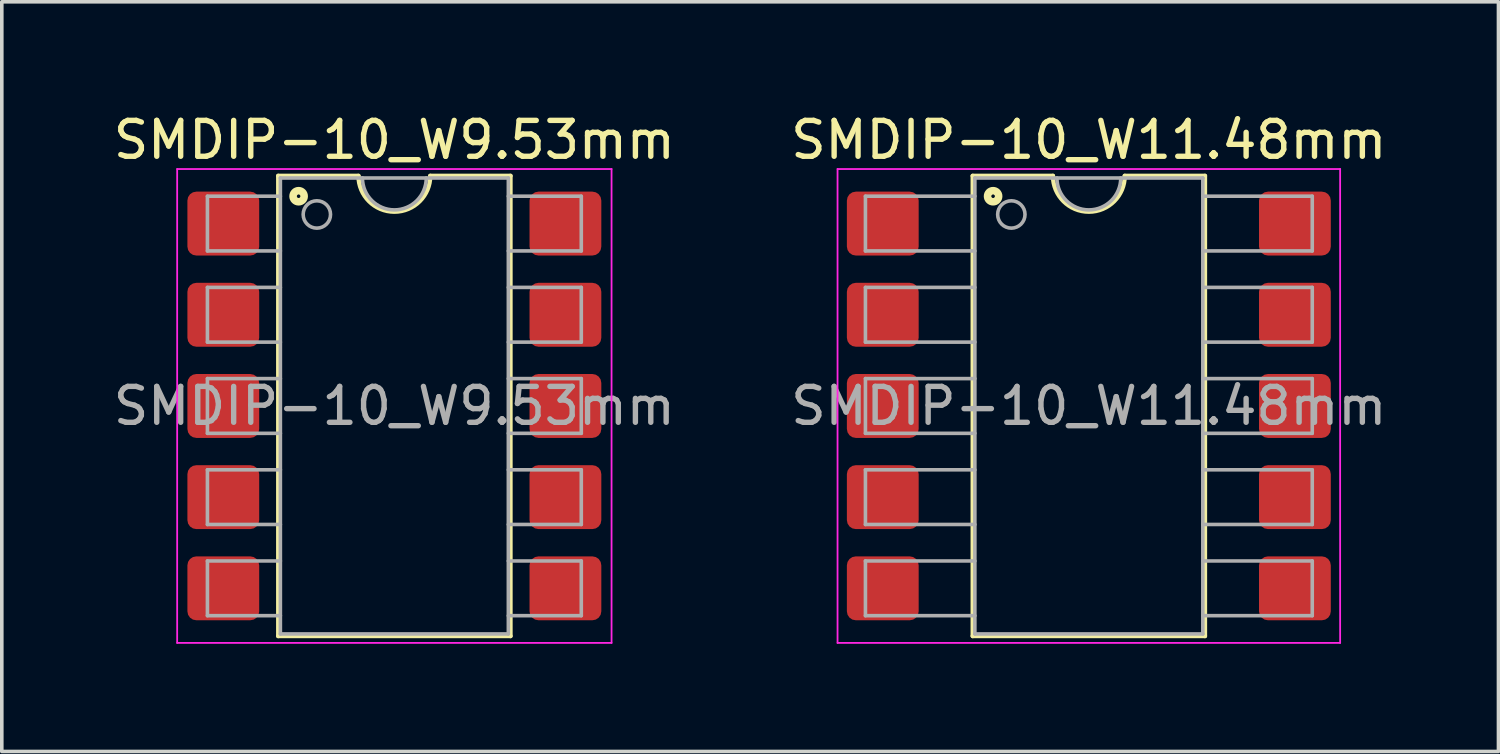
<source format=kicad_pcb>
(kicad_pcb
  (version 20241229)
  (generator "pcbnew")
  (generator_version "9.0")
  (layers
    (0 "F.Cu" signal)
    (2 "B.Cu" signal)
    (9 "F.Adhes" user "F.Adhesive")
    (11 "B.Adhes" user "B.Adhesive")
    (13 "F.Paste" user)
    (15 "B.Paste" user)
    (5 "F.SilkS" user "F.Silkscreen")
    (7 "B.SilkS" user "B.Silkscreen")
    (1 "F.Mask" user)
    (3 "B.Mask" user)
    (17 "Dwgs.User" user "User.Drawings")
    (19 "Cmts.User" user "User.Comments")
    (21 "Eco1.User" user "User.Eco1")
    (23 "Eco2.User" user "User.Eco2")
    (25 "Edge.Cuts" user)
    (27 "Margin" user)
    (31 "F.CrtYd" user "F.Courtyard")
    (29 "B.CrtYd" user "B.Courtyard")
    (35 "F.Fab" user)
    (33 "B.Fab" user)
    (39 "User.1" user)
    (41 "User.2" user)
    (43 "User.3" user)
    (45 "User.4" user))
  (footprint "SMDIP-10_W9.53mm"
    (layer "F.Cu")
    (at 7.935 8.258)
    (property "Reference" "SMDIP-10_W9.53mm" (at 0 -7.41 0) (layer "F.SilkS") (effects (font (size 1 1) (thickness 0.15))))
    (attr smd)
    (fp_line (start -3.235 -6.41) (end -3.235 6.41) (stroke (width 0.12) (type solid)) (layer "F.SilkS"))
    (fp_line (start -3.235 6.41) (end 3.235 6.41) (stroke (width 0.12) (type solid)) (layer "F.SilkS"))
    (fp_line (start -1 -6.41) (end -3.235 -6.41) (stroke (width 0.12) (type solid)) (layer "F.SilkS"))
    (fp_line (start 3.235 -6.41) (end 1 -6.41) (stroke (width 0.12) (type solid)) (layer "F.SilkS"))
    (fp_line (start 3.235 6.41) (end 3.235 -6.41) (stroke (width 0.12) (type solid)) (layer "F.SilkS"))
    (fp_arc (start 1 -6.41) (mid 0 -5.41) (end -1 -6.41) (stroke (width 0.12) (type solid)) (layer "F.SilkS"))
    (fp_circle (center -2.667 -5.842) (end -2.617 -5.842) (stroke (width 0.12) (type solid)) (fill no) (layer "F.SilkS"))
    (fp_circle (center -2.667 -5.842) (end -2.542 -5.842) (stroke (width 0.12) (type solid)) (fill no) (layer "F.SilkS"))
    (fp_circle (center -2.667 -5.842) (end -2.467 -5.842) (stroke (width 0.12) (type solid)) (fill no) (layer "F.SilkS"))
    (fp_line (start -6.05 -6.6) (end -6.05 6.6) (stroke (width 0.05) (type solid)) (layer "F.CrtYd"))
    (fp_line (start -6.05 6.6) (end 6.05 6.6) (stroke (width 0.05) (type solid)) (layer "F.CrtYd"))
    (fp_line (start 6.05 -6.6) (end -6.05 -6.6) (stroke (width 0.05) (type solid)) (layer "F.CrtYd"))
    (fp_line (start 6.05 6.6) (end 6.05 -6.6) (stroke (width 0.05) (type solid)) (layer "F.CrtYd"))
    (fp_line (start -5.207 -5.842) (end -5.207 -4.318) (stroke (width 0.1) (type solid)) (layer "F.Fab"))
    (fp_line (start -5.207 -5.842) (end -3.175 -5.842) (stroke (width 0.1) (type solid)) (layer "F.Fab"))
    (fp_line (start -5.207 -4.318) (end -3.175 -4.318) (stroke (width 0.1) (type solid)) (layer "F.Fab"))
    (fp_line (start -5.207 -3.302) (end -5.207 -1.778) (stroke (width 0.1) (type solid)) (layer "F.Fab"))
    (fp_line (start -5.207 -3.302) (end -3.175 -3.302) (stroke (width 0.1) (type solid)) (layer "F.Fab"))
    (fp_line (start -5.207 -1.778) (end -3.175 -1.778) (stroke (width 0.1) (type solid)) (layer "F.Fab"))
    (fp_line (start -5.207 -0.762) (end -5.207 0.762) (stroke (width 0.1) (type solid)) (layer "F.Fab"))
    (fp_line (start -5.207 -0.762) (end -3.175 -0.762) (stroke (width 0.1) (type solid)) (layer "F.Fab"))
    (fp_line (start -5.207 0.762) (end -3.175 0.762) (stroke (width 0.1) (type solid)) (layer "F.Fab"))
    (fp_line (start -5.207 1.778) (end -5.207 3.302) (stroke (width 0.1) (type solid)) (layer "F.Fab"))
    (fp_line (start -5.207 1.778) (end -3.175 1.778) (stroke (width 0.1) (type solid)) (layer "F.Fab"))
    (fp_line (start -5.207 3.302) (end -3.175 3.302) (stroke (width 0.1) (type solid)) (layer "F.Fab"))
    (fp_line (start -5.207 4.318) (end -5.207 5.842) (stroke (width 0.1) (type solid)) (layer "F.Fab"))
    (fp_line (start -5.207 4.318) (end -3.175 4.318) (stroke (width 0.1) (type solid)) (layer "F.Fab"))
    (fp_line (start -5.207 5.842) (end -3.175 5.842) (stroke (width 0.1) (type solid)) (layer "F.Fab"))
    (fp_line (start -3.175 -6.35) (end 3.175 -6.35) (stroke (width 0.1) (type solid)) (layer "F.Fab"))
    (fp_line (start -3.175 6.35) (end -3.175 -6.35) (stroke (width 0.1) (type solid)) (layer "F.Fab"))
    (fp_line (start 3.175 -6.35) (end 3.175 6.35) (stroke (width 0.1) (type solid)) (layer "F.Fab"))
    (fp_line (start 3.175 6.35) (end -3.175 6.35) (stroke (width 0.1) (type solid)) (layer "F.Fab"))
    (fp_line (start 5.207 -5.842) (end 3.175 -5.842) (stroke (width 0.1) (type solid)) (layer "F.Fab"))
    (fp_line (start 5.207 -4.318) (end 3.175 -4.318) (stroke (width 0.1) (type solid)) (layer "F.Fab"))
    (fp_line (start 5.207 -4.318) (end 5.207 -5.842) (stroke (width 0.1) (type solid)) (layer "F.Fab"))
    (fp_line (start 5.207 -3.302) (end 3.175 -3.302) (stroke (width 0.1) (type solid)) (layer "F.Fab"))
    (fp_line (start 5.207 -1.778) (end 3.175 -1.778) (stroke (width 0.1) (type solid)) (layer "F.Fab"))
    (fp_line (start 5.207 -1.778) (end 5.207 -3.302) (stroke (width 0.1) (type solid)) (layer "F.Fab"))
    (fp_line (start 5.207 -0.762) (end 3.175 -0.762) (stroke (width 0.1) (type solid)) (layer "F.Fab"))
    (fp_line (start 5.207 0.762) (end 3.175 0.762) (stroke (width 0.1) (type solid)) (layer "F.Fab"))
    (fp_line (start 5.207 0.762) (end 5.207 -0.762) (stroke (width 0.1) (type solid)) (layer "F.Fab"))
    (fp_line (start 5.207 1.778) (end 3.175 1.778) (stroke (width 0.1) (type solid)) (layer "F.Fab"))
    (fp_line (start 5.207 3.302) (end 3.175 3.302) (stroke (width 0.1) (type solid)) (layer "F.Fab"))
    (fp_line (start 5.207 3.302) (end 5.207 1.778) (stroke (width 0.1) (type solid)) (layer "F.Fab"))
    (fp_line (start 5.207 4.318) (end 3.175 4.318) (stroke (width 0.1) (type solid)) (layer "F.Fab"))
    (fp_line (start 5.207 5.842) (end 3.175 5.842) (stroke (width 0.1) (type solid)) (layer "F.Fab"))
    (fp_line (start 5.207 5.842) (end 5.207 4.318) (stroke (width 0.1) (type solid)) (layer "F.Fab"))
    (fp_arc (start 0.889 -6.35) (mid 0 -5.461) (end -0.889 -6.35) (stroke (width 0.1) (type solid)) (layer "F.Fab"))
    (fp_circle (center -2.159 -5.334) (end -1.778 -5.334) (stroke (width 0.1) (type solid)) (fill no) (layer "F.Fab"))
    (fp_text user "${REFERENCE}" (at 0 0 0) (layer "F.Fab") (effects (font (size 1 1) (thickness 0.15))))
    (pad "1" smd roundrect (at -4.765 -5.08) (size 2 1.78) (layers "F.Cu" "F.Mask" "F.Paste") (roundrect_rratio 0.14))
    (pad "2" smd roundrect (at -4.765 -2.54) (size 2 1.78) (layers "F.Cu" "F.Mask" "F.Paste") (roundrect_rratio 0.14))
    (pad "3" smd roundrect (at -4.765 0) (size 2 1.78) (layers "F.Cu" "F.Mask" "F.Paste") (roundrect_rratio 0.14))
    (pad "4" smd roundrect (at -4.765 2.54) (size 2 1.78) (layers "F.Cu" "F.Mask" "F.Paste") (roundrect_rratio 0.14))
    (pad "5" smd roundrect (at -4.765 5.08) (size 2 1.78) (layers "F.Cu" "F.Mask" "F.Paste") (roundrect_rratio 0.14))
    (pad "6" smd roundrect (at 4.765 5.08) (size 2 1.78) (layers "F.Cu" "F.Mask" "F.Paste") (roundrect_rratio 0.14))
    (pad "7" smd roundrect (at 4.765 2.54) (size 2 1.78) (layers "F.Cu" "F.Mask" "F.Paste") (roundrect_rratio 0.14))
    (pad "8" smd roundrect (at 4.765 0) (size 2 1.78) (layers "F.Cu" "F.Mask" "F.Paste") (roundrect_rratio 0.14))
    (pad "9" smd roundrect (at 4.765 -2.54) (size 2 1.78) (layers "F.Cu" "F.Mask" "F.Paste") (roundrect_rratio 0.14))
    (pad "10" smd roundrect (at 4.765 -5.08) (size 2 1.78) (layers "F.Cu" "F.Mask" "F.Paste") (roundrect_rratio 0.14)))
  (footprint "SMDIP-10_W11.48mm"
    (layer "F.Cu")
    (at 27.28 8.258)
    (property "Reference" "SMDIP-10_W11.48mm" (at 0 -7.41 0) (layer "F.SilkS") (effects (font (size 1 1) (thickness 0.15))))
    (attr smd)
    (fp_line (start -3.235 -6.41) (end -3.235 6.41) (stroke (width 0.12) (type solid)) (layer "F.SilkS"))
    (fp_line (start -3.235 6.41) (end 3.235 6.41) (stroke (width 0.12) (type solid)) (layer "F.SilkS"))
    (fp_line (start -1 -6.41) (end -3.235 -6.41) (stroke (width 0.12) (type solid)) (layer "F.SilkS"))
    (fp_line (start 3.235 -6.41) (end 1 -6.41) (stroke (width 0.12) (type solid)) (layer "F.SilkS"))
    (fp_line (start 3.235 6.41) (end 3.235 -6.41) (stroke (width 0.12) (type solid)) (layer "F.SilkS"))
    (fp_arc (start 1 -6.41) (mid 0 -5.41) (end -1 -6.41) (stroke (width 0.12) (type solid)) (layer "F.SilkS"))
    (fp_circle (center -2.667 -5.842) (end -2.617 -5.842) (stroke (width 0.12) (type solid)) (fill no) (layer "F.SilkS"))
    (fp_circle (center -2.667 -5.842) (end -2.542 -5.842) (stroke (width 0.12) (type solid)) (fill no) (layer "F.SilkS"))
    (fp_circle (center -2.667 -5.842) (end -2.467 -5.842) (stroke (width 0.12) (type solid)) (fill no) (layer "F.SilkS"))
    (fp_line (start -7 -6.6) (end -7 6.6) (stroke (width 0.05) (type solid)) (layer "F.CrtYd"))
    (fp_line (start -7 6.6) (end 7 6.6) (stroke (width 0.05) (type solid)) (layer "F.CrtYd"))
    (fp_line (start 7 -6.6) (end -7 -6.6) (stroke (width 0.05) (type solid)) (layer "F.CrtYd"))
    (fp_line (start 7 6.6) (end 7 -6.6) (stroke (width 0.05) (type solid)) (layer "F.CrtYd"))
    (fp_line (start -6.223 -5.842) (end -6.223 -4.318) (stroke (width 0.1) (type solid)) (layer "F.Fab"))
    (fp_line (start -6.223 -5.842) (end -3.175 -5.842) (stroke (width 0.1) (type solid)) (layer "F.Fab"))
    (fp_line (start -6.223 -4.318) (end -3.175 -4.318) (stroke (width 0.1) (type solid)) (layer "F.Fab"))
    (fp_line (start -6.223 -3.302) (end -6.223 -1.778) (stroke (width 0.1) (type solid)) (layer "F.Fab"))
    (fp_line (start -6.223 -3.302) (end -3.175 -3.302) (stroke (width 0.1) (type solid)) (layer "F.Fab"))
    (fp_line (start -6.223 -1.778) (end -3.175 -1.778) (stroke (width 0.1) (type solid)) (layer "F.Fab"))
    (fp_line (start -6.223 -0.762) (end -6.223 0.762) (stroke (width 0.1) (type solid)) (layer "F.Fab"))
    (fp_line (start -6.223 -0.762) (end -3.175 -0.762) (stroke (width 0.1) (type solid)) (layer "F.Fab"))
    (fp_line (start -6.223 0.762) (end -3.175 0.762) (stroke (width 0.1) (type solid)) (layer "F.Fab"))
    (fp_line (start -6.223 1.778) (end -6.223 3.302) (stroke (width 0.1) (type solid)) (layer "F.Fab"))
    (fp_line (start -6.223 1.778) (end -3.175 1.778) (stroke (width 0.1) (type solid)) (layer "F.Fab"))
    (fp_line (start -6.223 3.302) (end -3.175 3.302) (stroke (width 0.1) (type solid)) (layer "F.Fab"))
    (fp_line (start -6.223 4.318) (end -6.223 5.842) (stroke (width 0.1) (type solid)) (layer "F.Fab"))
    (fp_line (start -6.223 4.318) (end -3.175 4.318) (stroke (width 0.1) (type solid)) (layer "F.Fab"))
    (fp_line (start -6.223 5.842) (end -3.175 5.842) (stroke (width 0.1) (type solid)) (layer "F.Fab"))
    (fp_line (start -3.175 -6.35) (end 3.175 -6.35) (stroke (width 0.1) (type solid)) (layer "F.Fab"))
    (fp_line (start -3.175 6.35) (end -3.175 -6.35) (stroke (width 0.1) (type solid)) (layer "F.Fab"))
    (fp_line (start 3.175 -6.35) (end 3.175 6.35) (stroke (width 0.1) (type solid)) (layer "F.Fab"))
    (fp_line (start 3.175 6.35) (end -3.175 6.35) (stroke (width 0.1) (type solid)) (layer "F.Fab"))
    (fp_line (start 6.223 -5.842) (end 3.175 -5.842) (stroke (width 0.1) (type solid)) (layer "F.Fab"))
    (fp_line (start 6.223 -4.318) (end 3.175 -4.318) (stroke (width 0.1) (type solid)) (layer "F.Fab"))
    (fp_line (start 6.223 -4.318) (end 6.223 -5.842) (stroke (width 0.1) (type solid)) (layer "F.Fab"))
    (fp_line (start 6.223 -3.302) (end 3.175 -3.302) (stroke (width 0.1) (type solid)) (layer "F.Fab"))
    (fp_line (start 6.223 -1.778) (end 3.175 -1.778) (stroke (width 0.1) (type solid)) (layer "F.Fab"))
    (fp_line (start 6.223 -1.778) (end 6.223 -3.302) (stroke (width 0.1) (type solid)) (layer "F.Fab"))
    (fp_line (start 6.223 -0.762) (end 3.175 -0.762) (stroke (width 0.1) (type solid)) (layer "F.Fab"))
    (fp_line (start 6.223 0.762) (end 3.175 0.762) (stroke (width 0.1) (type solid)) (layer "F.Fab"))
    (fp_line (start 6.223 0.762) (end 6.223 -0.762) (stroke (width 0.1) (type solid)) (layer "F.Fab"))
    (fp_line (start 6.223 1.778) (end 3.175 1.778) (stroke (width 0.1) (type solid)) (layer "F.Fab"))
    (fp_line (start 6.223 3.302) (end 3.175 3.302) (stroke (width 0.1) (type solid)) (layer "F.Fab"))
    (fp_line (start 6.223 3.302) (end 6.223 1.778) (stroke (width 0.1) (type solid)) (layer "F.Fab"))
    (fp_line (start 6.223 4.318) (end 3.175 4.318) (stroke (width 0.1) (type solid)) (layer "F.Fab"))
    (fp_line (start 6.223 5.842) (end 3.175 5.842) (stroke (width 0.1) (type solid)) (layer "F.Fab"))
    (fp_line (start 6.223 5.842) (end 6.223 4.318) (stroke (width 0.1) (type solid)) (layer "F.Fab"))
    (fp_arc (start 0.889 -6.35) (mid 0 -5.461) (end -0.889 -6.35) (stroke (width 0.1) (type solid)) (layer "F.Fab"))
    (fp_circle (center -2.159 -5.334) (end -1.778 -5.334) (stroke (width 0.1) (type solid)) (fill no) (layer "F.Fab"))
    (fp_text user "${REFERENCE}" (at 0 0 0) (layer "F.Fab") (effects (font (size 1 1) (thickness 0.15))))
    (pad "1" smd roundrect (at -5.74 -5.08) (size 2 1.78) (layers "F.Cu" "F.Mask" "F.Paste") (roundrect_rratio 0.14))
    (pad "2" smd roundrect (at -5.74 -2.54) (size 2 1.78) (layers "F.Cu" "F.Mask" "F.Paste") (roundrect_rratio 0.14))
    (pad "3" smd roundrect (at -5.74 0) (size 2 1.78) (layers "F.Cu" "F.Mask" "F.Paste") (roundrect_rratio 0.14))
    (pad "4" smd roundrect (at -5.74 2.54) (size 2 1.78) (layers "F.Cu" "F.Mask" "F.Paste") (roundrect_rratio 0.14))
    (pad "5" smd roundrect (at -5.74 5.08) (size 2 1.78) (layers "F.Cu" "F.Mask" "F.Paste") (roundrect_rratio 0.14))
    (pad "6" smd roundrect (at 5.74 5.08) (size 2 1.78) (layers "F.Cu" "F.Mask" "F.Paste") (roundrect_rratio 0.14))
    (pad "7" smd roundrect (at 5.74 2.54) (size 2 1.78) (layers "F.Cu" "F.Mask" "F.Paste") (roundrect_rratio 0.14))
    (pad "8" smd roundrect (at 5.74 0) (size 2 1.78) (layers "F.Cu" "F.Mask" "F.Paste") (roundrect_rratio 0.14))
    (pad "9" smd roundrect (at 5.74 -2.54) (size 2 1.78) (layers "F.Cu" "F.Mask" "F.Paste") (roundrect_rratio 0.14))
    (pad "10" smd roundrect (at 5.74 -5.08) (size 2 1.78) (layers "F.Cu" "F.Mask" "F.Paste") (roundrect_rratio 0.14)))
  (gr_rect
    (start -3 -3)
    (end 38.69 17.883)
    (stroke (width 0.1) (type default))
    (fill no)
    (layer "Edge.Cuts")))
</source>
